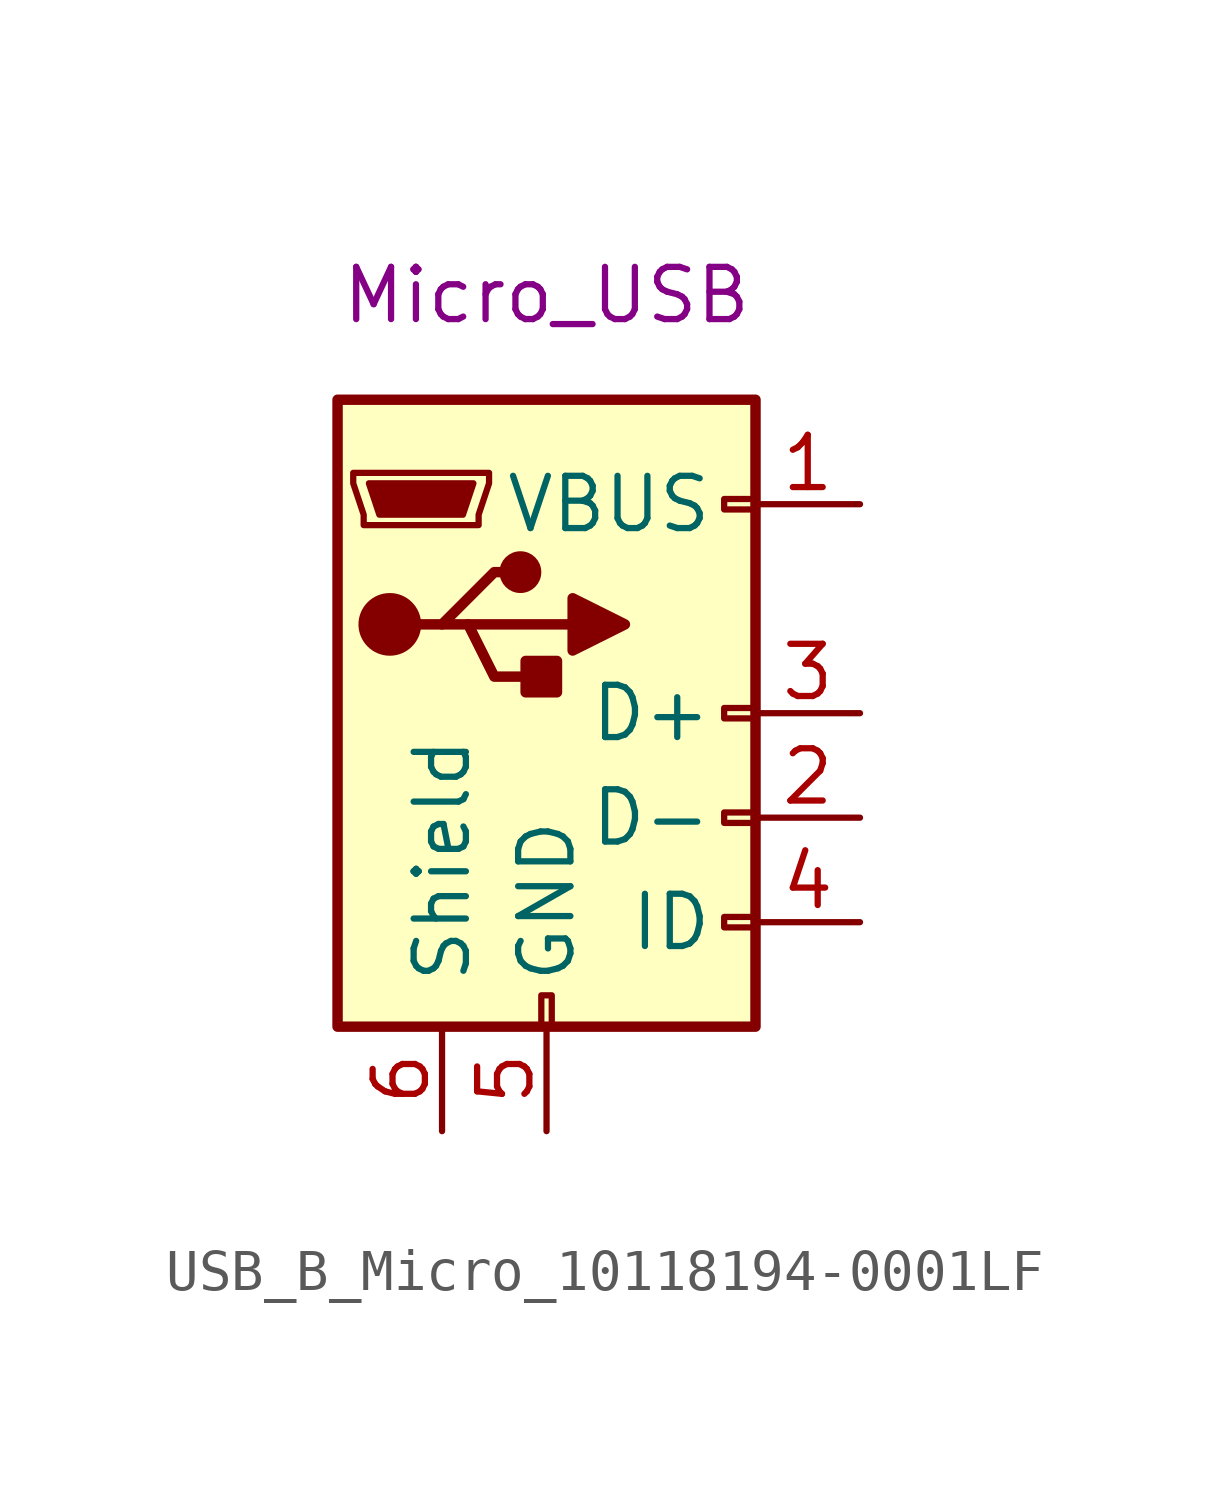
<source format=kicad_sym>
(kicad_symbol_lib
  (version 20211014)
  (generator kicad_symbol_editor)
  (symbol "USB_B_Micro_10118194-0001LF"
    (pin_names
      (offset 1.016))
    (property "Reference" "J"
      (at 0 12.7 0)
      (effects (font (size 1.27 1.27)) (justify left) hide))
    (property "UserValue" "Micro_USB"
      (at 0 10.16 0)
      (effects (font (size 1.27 1.27))))
    (symbol "USB_B_Micro_10118194-0001LF_0_1"
      (rectangle (start -5.08 -7.62) (end 5.08 7.62) (stroke (width 0.254) (type default) (color 0 0 0 0)) (fill (type background)))
      (circle (center -3.81 2.159) (radius 0.635) (stroke (width 0.254) (type default) (color 0 0 0 0)) (fill (type outline)))
      (circle (center -0.635 3.429) (radius 0.381) (stroke (width 0.254) (type default) (color 0 0 0 0)) (fill (type outline)))
      (rectangle (start -0.127 -7.62) (end 0.127 -6.858) (stroke (width 0) (type default) (color 0 0 0 0)) (fill (type none)))
      (polyline (pts (xy -1.905 2.159) (xy 0.635 2.159)) (stroke (width 0.254) (type default) (color 0 0 0 0)) (fill (type none)))
      (polyline (pts (xy -3.175 2.159) (xy -2.54 2.159) (xy -1.27 3.429) (xy -0.635 3.429)) (stroke (width 0.254) (type default) (color 0 0 0 0)) (fill (type none)))
      (polyline (pts (xy -2.54 2.159) (xy -1.905 2.159) (xy -1.27 0.889) (xy 0 0.889)) (stroke (width 0.254) (type default) (color 0 0 0 0)) (fill (type none)))
      (polyline (pts (xy 0.635 2.794) (xy 0.635 1.524) (xy 1.905 2.159) (xy 0.635 2.794)) (stroke (width 0.254) (type default) (color 0 0 0 0)) (fill (type outline)))
      (polyline (pts (xy -4.318 5.588) (xy -1.778 5.588) (xy -2.032 4.826) (xy -4.064 4.826) (xy -4.318 5.588)) (stroke (width 0) (type default) (color 0 0 0 0)) (fill (type outline)))
      (polyline (pts (xy -4.699 5.842) (xy -4.699 5.588) (xy -4.445 4.826) (xy -4.445 4.572) (xy -1.651 4.572) (xy -1.651 4.826) (xy -1.397 5.588) (xy -1.397 5.842) (xy -4.699 5.842)) (stroke (width 0) (type default) (color 0 0 0 0)) (fill (type none)))
      (rectangle (start 0.254 1.27) (end -0.508 0.508) (stroke (width 0.254) (type default) (color 0 0 0 0)) (fill (type outline)))
      (rectangle (start 5.08 -5.207) (end 4.318 -4.953) (stroke (width 0) (type default) (color 0 0 0 0)) (fill (type none)))
      (rectangle (start 5.08 -2.667) (end 4.318 -2.413) (stroke (width 0) (type default) (color 0 0 0 0)) (fill (type none)))
      (rectangle (start 5.08 -0.127) (end 4.318 0.127) (stroke (width 0) (type default) (color 0 0 0 0)) (fill (type none)))
      (rectangle (start 5.08 4.953) (end 4.318 5.207) (stroke (width 0) (type default) (color 0 0 0 0)) (fill (type none))))
    (symbol "USB_B_Micro_10118194-0001LF_1_1"
      (pin power_out line (at 7.62 5.08 180) (length 2.54) (name "VBUS" (effects (font (size 1.27 1.27)))) (number "1" (effects (font (size 1.27 1.27)))))
      (pin bidirectional line (at 7.62 -2.54 180) (length 2.54) (name "D-" (effects (font (size 1.27 1.27)))) (number "2" (effects (font (size 1.27 1.27)))))
      (pin bidirectional line (at 7.62 0 180) (length 2.54) (name "D+" (effects (font (size 1.27 1.27)))) (number "3" (effects (font (size 1.27 1.27)))))
      (pin passive line (at 7.62 -5.08 180) (length 2.54) (name "ID" (effects (font (size 1.27 1.27)))) (number "4" (effects (font (size 1.27 1.27)))))
      (pin power_out line (at 0 -10.16 90) (length 2.54) (name "GND" (effects (font (size 1.27 1.27)))) (number "5" (effects (font (size 1.27 1.27)))))
      (pin passive line (at -2.54 -10.16 90) (length 2.54) (name "Shield" (effects (font (size 1.27 1.27)))) (number "6" (effects (font (size 1.27 1.27))))))))
</source>
